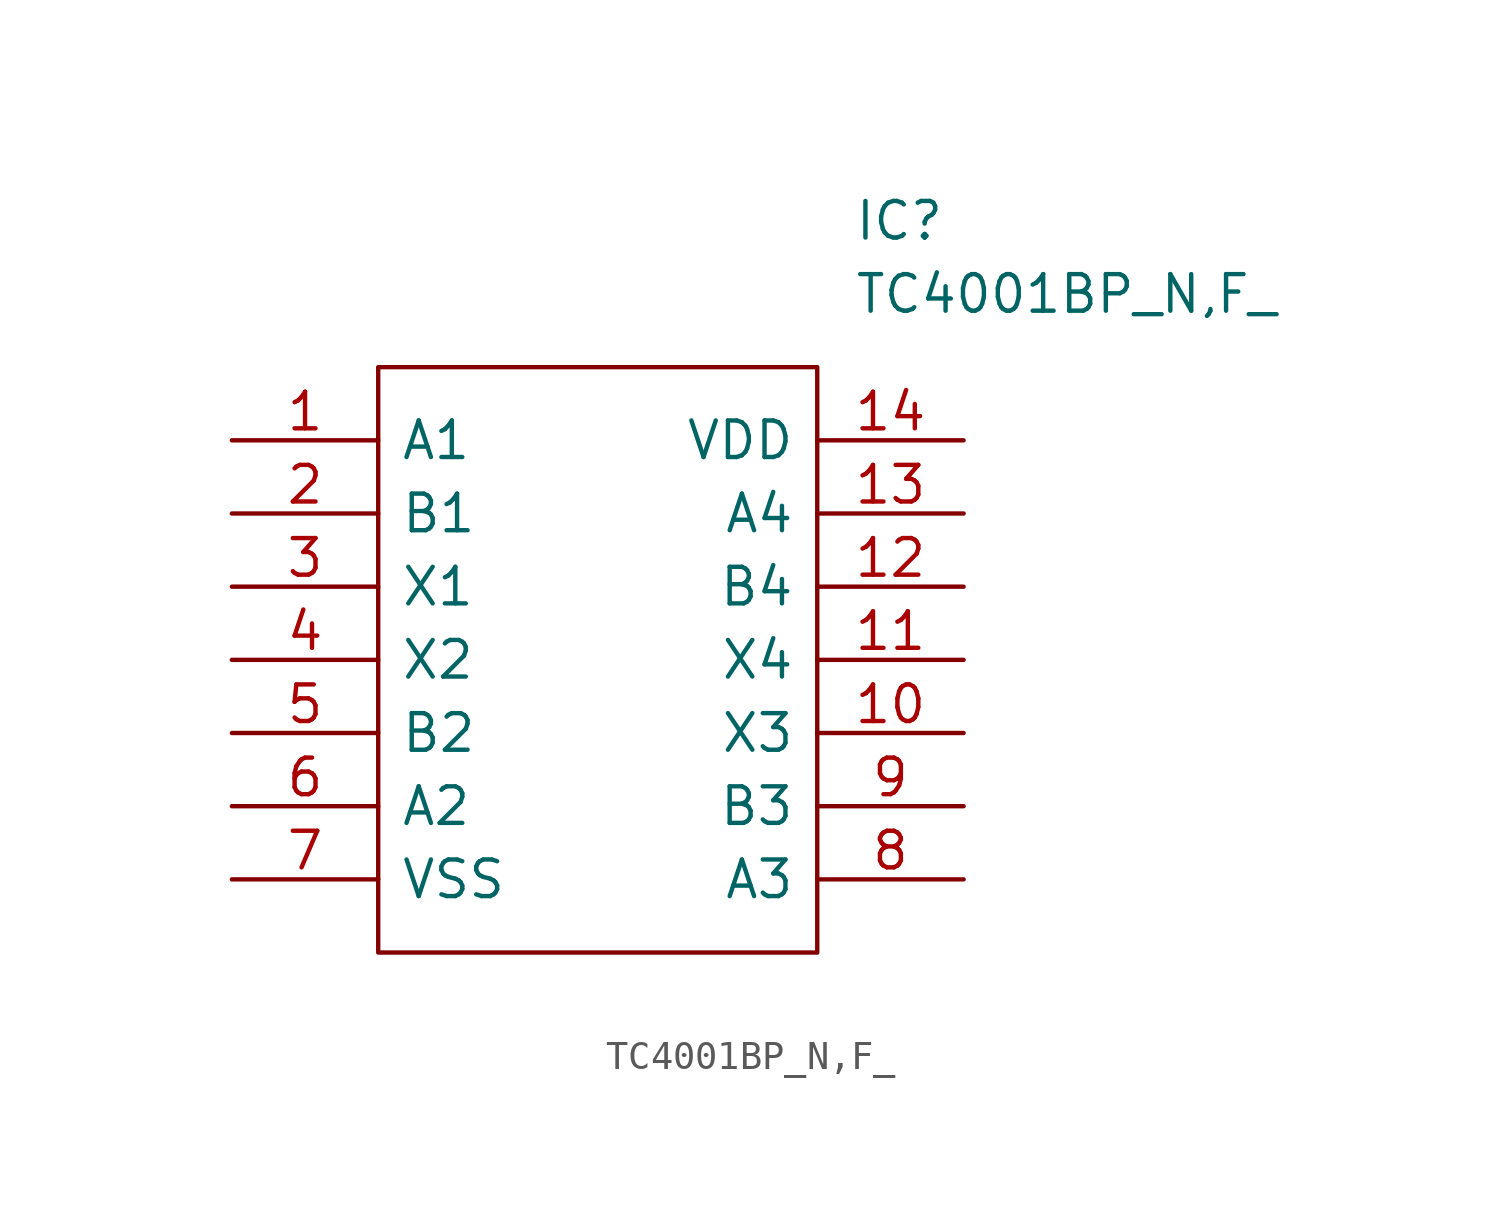
<source format=kicad_sym>
(kicad_symbol_lib
  (version 20211014)
  (generator kicad_symbol_editor)
  (symbol "TC4001BP_N,F_"
    (pin_names
      (offset 0.762))
    (property "Reference" "IC"
      (at 21.59 7.62 0)
      (effects (font (size 1.27 1.27)) (justify left)))
    (property "Value" "TC4001BP_N,F_"
      (at 21.59 5.08 0)
      (effects (font (size 1.27 1.27)) (justify left)))
    (symbol "TC4001BP_N,F__0_0"
      (pin input line (at 0 0 0) (length 5.08) (name "A1" (effects (font (size 1.27 1.27)))) (number "1" (effects (font (size 1.27 1.27)))))
      (pin output line (at 25.4 -10.16 180) (length 5.08) (name "X3" (effects (font (size 1.27 1.27)))) (number "10" (effects (font (size 1.27 1.27)))))
      (pin output line (at 25.4 -7.62 180) (length 5.08) (name "X4" (effects (font (size 1.27 1.27)))) (number "11" (effects (font (size 1.27 1.27)))))
      (pin input line (at 25.4 -5.08 180) (length 5.08) (name "B4" (effects (font (size 1.27 1.27)))) (number "12" (effects (font (size 1.27 1.27)))))
      (pin input line (at 25.4 -2.54 180) (length 5.08) (name "A4" (effects (font (size 1.27 1.27)))) (number "13" (effects (font (size 1.27 1.27)))))
      (pin power_in line (at 25.4 0 180) (length 5.08) (name "VDD" (effects (font (size 1.27 1.27)))) (number "14" (effects (font (size 1.27 1.27)))))
      (pin input line (at 0 -2.54 0) (length 5.08) (name "B1" (effects (font (size 1.27 1.27)))) (number "2" (effects (font (size 1.27 1.27)))))
      (pin output line (at 0 -5.08 0) (length 5.08) (name "X1" (effects (font (size 1.27 1.27)))) (number "3" (effects (font (size 1.27 1.27)))))
      (pin output line (at 0 -7.62 0) (length 5.08) (name "X2" (effects (font (size 1.27 1.27)))) (number "4" (effects (font (size 1.27 1.27)))))
      (pin input line (at 0 -10.16 0) (length 5.08) (name "B2" (effects (font (size 1.27 1.27)))) (number "5" (effects (font (size 1.27 1.27)))))
      (pin input line (at 0 -12.7 0) (length 5.08) (name "A2" (effects (font (size 1.27 1.27)))) (number "6" (effects (font (size 1.27 1.27)))))
      (pin power_in line (at 0 -15.24 0) (length 5.08) (name "VSS" (effects (font (size 1.27 1.27)))) (number "7" (effects (font (size 1.27 1.27)))))
      (pin input line (at 25.4 -15.24 180) (length 5.08) (name "A3" (effects (font (size 1.27 1.27)))) (number "8" (effects (font (size 1.27 1.27)))))
      (pin input line (at 25.4 -12.7 180) (length 5.08) (name "B3" (effects (font (size 1.27 1.27)))) (number "9" (effects (font (size 1.27 1.27))))))
    (symbol "TC4001BP_N,F__0_1"
      (polyline (pts (xy 5.08 2.54) (xy 20.32 2.54) (xy 20.32 -17.78) (xy 5.08 -17.78) (xy 5.08 2.54)) (stroke (width 0.152) (type default) (color 0 0 0 0)) (fill (type none))))))
</source>
